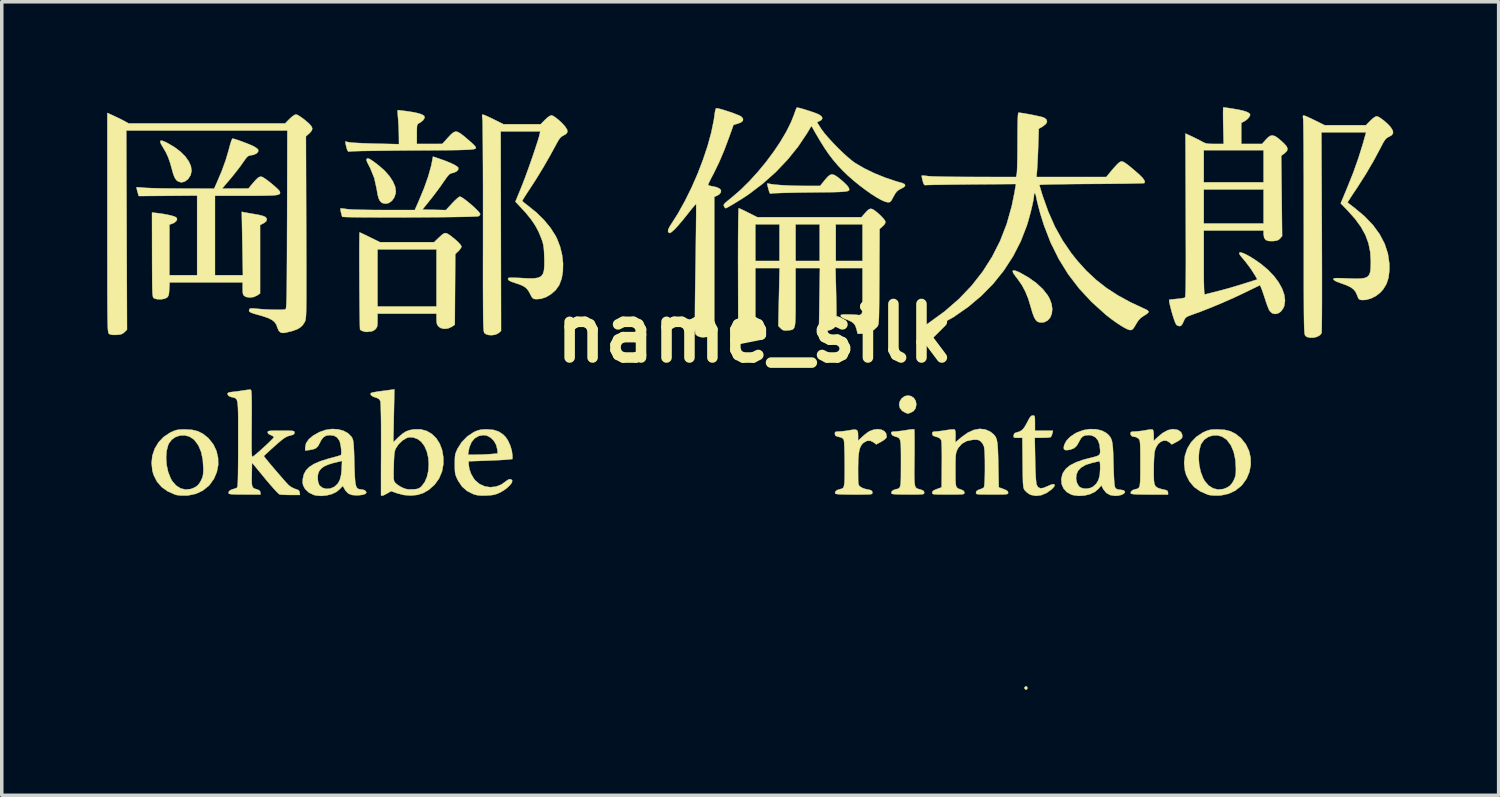
<source format=kicad_pcb>
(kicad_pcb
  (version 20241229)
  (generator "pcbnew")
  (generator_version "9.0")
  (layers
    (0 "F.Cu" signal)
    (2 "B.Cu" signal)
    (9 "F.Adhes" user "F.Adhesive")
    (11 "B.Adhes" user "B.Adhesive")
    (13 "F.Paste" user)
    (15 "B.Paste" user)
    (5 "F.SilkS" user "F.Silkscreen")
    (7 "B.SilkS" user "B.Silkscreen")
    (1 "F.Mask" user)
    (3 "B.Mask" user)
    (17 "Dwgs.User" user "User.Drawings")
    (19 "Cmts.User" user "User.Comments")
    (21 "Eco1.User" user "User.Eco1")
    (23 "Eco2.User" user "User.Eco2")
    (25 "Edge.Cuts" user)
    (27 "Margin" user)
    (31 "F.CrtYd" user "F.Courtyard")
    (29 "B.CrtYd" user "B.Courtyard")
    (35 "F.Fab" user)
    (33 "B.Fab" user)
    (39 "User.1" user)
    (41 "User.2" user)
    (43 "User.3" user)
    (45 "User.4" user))
  (footprint "name_silk"
    (layer "F.Cu")
    (at 18.426 6.437)
    (property "Reference" "name_silk" (at 0 0 0) (layer "F.SilkS") (effects (font (size 1.524 1.524) (thickness 0.3))))
    (attr through_hole)
    (fp_poly (pts (xy 7.751 10.055) (xy 7.758 10.061) (xy 7.772 10.101) (xy 7.753 10.137) (xy 7.729 10.145) (xy 7.697 10.126) (xy 7.69 10.117) (xy 7.687 10.078) (xy 7.714 10.052) (xy 7.751 10.055)) (stroke (width 0.01) (type solid)) (fill yes) (layer "F.SilkS"))
    (fp_poly (pts (xy 4.458 1.788) (xy 4.535 1.84) (xy 4.589 1.922) (xy 4.607 2.021) (xy 4.588 2.132) (xy 4.53 2.212) (xy 4.461 2.252) (xy 4.403 2.275) (xy 4.37 2.286) (xy 4.368 2.286) (xy 4.341 2.277) (xy 4.31 2.267) (xy 4.207 2.212) (xy 4.142 2.131) (xy 4.117 2.036) (xy 4.137 1.936) (xy 4.189 1.855) (xy 4.274 1.791) (xy 4.367 1.771) (xy 4.458 1.788)) (stroke (width 0.01) (type solid)) (fill yes) (layer "F.SilkS"))
    (fp_poly (pts (xy -16.852 -5.479) (xy -16.761 -5.442) (xy -16.715 -5.419) (xy -16.51 -5.298) (xy -16.338 -5.168) (xy -16.201 -5.032) (xy -16.102 -4.893) (xy -16.042 -4.757) (xy -16.024 -4.626) (xy -16.049 -4.503) (xy -16.12 -4.393) (xy -16.132 -4.381) (xy -16.226 -4.314) (xy -16.321 -4.295) (xy -16.411 -4.325) (xy -16.456 -4.361) (xy -16.505 -4.432) (xy -16.549 -4.548) (xy -16.574 -4.64) (xy -16.63 -4.841) (xy -16.687 -5.006) (xy -16.752 -5.149) (xy -16.831 -5.284) (xy -16.834 -5.289) (xy -16.893 -5.389) (xy -16.916 -5.454) (xy -16.903 -5.483) (xy -16.852 -5.479)) (stroke (width 0.01) (type solid)) (fill yes) (layer "F.SilkS"))
    (fp_poly (pts (xy 7.413 -1.786) (xy 7.504 -1.752) (xy 7.557 -1.727) (xy 7.808 -1.584) (xy 8.027 -1.426) (xy 8.208 -1.257) (xy 8.346 -1.082) (xy 8.403 -0.981) (xy 8.457 -0.833) (xy 8.476 -0.69) (xy 8.463 -0.56) (xy 8.419 -0.449) (xy 8.347 -0.366) (xy 8.25 -0.316) (xy 8.167 -0.306) (xy 8.097 -0.316) (xy 8.054 -0.333) (xy 8.006 -0.377) (xy 7.96 -0.458) (xy 7.914 -0.579) (xy 7.867 -0.741) (xy 7.793 -0.985) (xy 7.709 -1.192) (xy 7.609 -1.377) (xy 7.485 -1.554) (xy 7.444 -1.605) (xy 7.376 -1.698) (xy 7.349 -1.759) (xy 7.361 -1.788) (xy 7.413 -1.786)) (stroke (width 0.01) (type solid)) (fill yes) (layer "F.SilkS"))
    (fp_poly (pts (xy -10.976 -4.971) (xy -10.92 -4.941) (xy -10.84 -4.887) (xy -10.73 -4.803) (xy -10.683 -4.766) (xy -10.522 -4.623) (xy -10.39 -4.472) (xy -10.291 -4.321) (xy -10.229 -4.176) (xy -10.208 -4.043) (xy -10.213 -3.984) (xy -10.253 -3.866) (xy -10.318 -3.774) (xy -10.401 -3.712) (xy -10.493 -3.688) (xy -10.585 -3.705) (xy -10.62 -3.725) (xy -10.663 -3.769) (xy -10.697 -3.838) (xy -10.725 -3.942) (xy -10.751 -4.087) (xy -10.755 -4.113) (xy -10.822 -4.418) (xy -10.938 -4.704) (xy -10.976 -4.776) (xy -11.024 -4.871) (xy -11.045 -4.932) (xy -11.038 -4.964) (xy -11.038 -4.965) (xy -11.013 -4.977) (xy -10.976 -4.971)) (stroke (width 0.01) (type solid)) (fill yes) (layer "F.SilkS"))
    (fp_poly (pts (xy 2.276 -4.505) (xy 2.361 -4.451) (xy 2.461 -4.371) (xy 2.546 -4.297) (xy 2.617 -4.228) (xy 2.664 -4.174) (xy 2.674 -4.157) (xy 2.689 -4.125) (xy 2.697 -4.098) (xy 2.696 -4.077) (xy 2.68 -4.059) (xy 2.646 -4.046) (xy 2.589 -4.036) (xy 2.506 -4.028) (xy 2.392 -4.022) (xy 2.242 -4.018) (xy 2.053 -4.015) (xy 1.821 -4.013) (xy 1.61 -4.01) (xy 1.38 -4.008) (xy 1.165 -4.004) (xy 0.97 -4) (xy 0.8 -3.996) (xy 0.662 -3.991) (xy 0.561 -3.987) (xy 0.502 -3.982) (xy 0.491 -3.98) (xy 0.455 -3.974) (xy 0.432 -3.994) (xy 0.413 -4.051) (xy 0.407 -4.072) (xy 0.386 -4.151) (xy 0.369 -4.215) (xy 0.365 -4.229) (xy 0.363 -4.263) (xy 0.396 -4.262) (xy 0.4 -4.261) (xy 0.473 -4.246) (xy 0.589 -4.231) (xy 0.738 -4.219) (xy 0.913 -4.209) (xy 1.104 -4.201) (xy 1.302 -4.197) (xy 1.411 -4.196) (xy 1.869 -4.196) (xy 2.002 -4.361) (xy 2.081 -4.452) (xy 2.146 -4.506) (xy 2.207 -4.524) (xy 2.276 -4.505)) (stroke (width 0.01) (type solid)) (fill yes) (layer "F.SilkS"))
    (fp_poly (pts (xy 7.952 2.341) (xy 7.97 2.355) (xy 7.98 2.39) (xy 7.983 2.456) (xy 7.984 2.555) (xy 7.984 2.771) (xy 8.496 2.771) (xy 8.478 2.854) (xy 8.458 2.916) (xy 8.433 2.954) (xy 8.432 2.955) (xy 8.394 2.964) (xy 8.32 2.971) (xy 8.223 2.974) (xy 8.191 2.974) (xy 7.978 2.975) (xy 7.99 3.604) (xy 7.995 3.832) (xy 8.003 4.02) (xy 8.012 4.166) (xy 8.022 4.265) (xy 8.032 4.314) (xy 8.075 4.383) (xy 8.138 4.412) (xy 8.225 4.402) (xy 8.339 4.354) (xy 8.442 4.309) (xy 8.512 4.295) (xy 8.545 4.31) (xy 8.538 4.35) (xy 8.489 4.412) (xy 8.449 4.45) (xy 8.308 4.549) (xy 8.159 4.609) (xy 8.011 4.627) (xy 7.873 4.601) (xy 7.833 4.583) (xy 7.758 4.533) (xy 7.696 4.471) (xy 7.693 4.467) (xy 7.677 4.443) (xy 7.665 4.415) (xy 7.656 4.377) (xy 7.649 4.323) (xy 7.643 4.246) (xy 7.64 4.141) (xy 7.637 4.001) (xy 7.634 3.819) (xy 7.633 3.685) (xy 7.625 2.975) (xy 7.497 2.975) (xy 7.422 2.973) (xy 7.386 2.964) (xy 7.376 2.939) (xy 7.378 2.906) (xy 7.395 2.853) (xy 7.442 2.826) (xy 7.468 2.82) (xy 7.552 2.795) (xy 7.62 2.751) (xy 7.681 2.679) (xy 7.745 2.57) (xy 7.764 2.533) (xy 7.815 2.436) (xy 7.854 2.377) (xy 7.887 2.347) (xy 7.922 2.339) (xy 7.923 2.339) (xy 7.952 2.341)) (stroke (width 0.01) (type solid)) (fill yes) (layer "F.SilkS"))
    (fp_poly (pts (xy -16.01 2.748) (xy -15.845 2.788) (xy -15.7 2.86) (xy -15.564 2.968) (xy -15.533 2.998) (xy -15.403 3.162) (xy -15.315 3.347) (xy -15.269 3.545) (xy -15.265 3.748) (xy -15.304 3.948) (xy -15.384 4.138) (xy -15.506 4.31) (xy -15.539 4.345) (xy -15.705 4.478) (xy -15.897 4.568) (xy -16.111 4.614) (xy -16.182 4.619) (xy -16.315 4.619) (xy -16.429 4.607) (xy -16.488 4.593) (xy -16.701 4.5) (xy -16.875 4.376) (xy -17.009 4.22) (xy -17.102 4.036) (xy -17.138 3.913) (xy -17.161 3.692) (xy -17.145 3.541) (xy -16.747 3.541) (xy -16.733 3.745) (xy -16.69 3.944) (xy -16.621 4.123) (xy -16.571 4.211) (xy -16.462 4.335) (xy -16.334 4.415) (xy -16.194 4.448) (xy -16.047 4.433) (xy -15.941 4.392) (xy -15.86 4.34) (xy -15.799 4.27) (xy -15.758 4.199) (xy -15.721 4.12) (xy -15.7 4.047) (xy -15.69 3.962) (xy -15.687 3.85) (xy -15.704 3.597) (xy -15.751 3.376) (xy -15.829 3.191) (xy -15.937 3.045) (xy -15.966 3.017) (xy -16.085 2.94) (xy -16.217 2.905) (xy -16.352 2.91) (xy -16.479 2.952) (xy -16.589 3.029) (xy -16.671 3.139) (xy -16.687 3.174) (xy -16.733 3.346) (xy -16.747 3.541) (xy -17.145 3.541) (xy -17.138 3.479) (xy -17.07 3.28) (xy -16.962 3.101) (xy -16.815 2.948) (xy -16.634 2.828) (xy -16.603 2.813) (xy -16.514 2.774) (xy -16.439 2.751) (xy -16.359 2.739) (xy -16.253 2.736) (xy -16.209 2.736) (xy -16.01 2.748)) (stroke (width 0.01) (type solid)) (fill yes) (layer "F.SilkS"))
    (fp_poly (pts (xy 13.382 2.748) (xy 13.547 2.788) (xy 13.691 2.86) (xy 13.828 2.968) (xy 13.859 2.998) (xy 13.989 3.162) (xy 14.077 3.347) (xy 14.123 3.545) (xy 14.126 3.748) (xy 14.088 3.948) (xy 14.008 4.138) (xy 13.886 4.31) (xy 13.853 4.345) (xy 13.687 4.478) (xy 13.495 4.568) (xy 13.281 4.614) (xy 13.21 4.619) (xy 13.077 4.619) (xy 12.963 4.607) (xy 12.903 4.593) (xy 12.69 4.5) (xy 12.516 4.376) (xy 12.383 4.22) (xy 12.29 4.036) (xy 12.254 3.913) (xy 12.23 3.692) (xy 12.247 3.541) (xy 12.644 3.541) (xy 12.659 3.745) (xy 12.702 3.944) (xy 12.771 4.123) (xy 12.821 4.211) (xy 12.93 4.335) (xy 13.058 4.415) (xy 13.198 4.448) (xy 13.345 4.433) (xy 13.45 4.392) (xy 13.531 4.34) (xy 13.593 4.27) (xy 13.634 4.199) (xy 13.671 4.12) (xy 13.692 4.047) (xy 13.702 3.962) (xy 13.704 3.85) (xy 13.688 3.597) (xy 13.641 3.376) (xy 13.563 3.191) (xy 13.455 3.045) (xy 13.426 3.017) (xy 13.307 2.94) (xy 13.175 2.905) (xy 13.04 2.91) (xy 12.913 2.952) (xy 12.803 3.029) (xy 12.721 3.139) (xy 12.704 3.174) (xy 12.659 3.346) (xy 12.644 3.541) (xy 12.247 3.541) (xy 12.254 3.479) (xy 12.321 3.28) (xy 12.43 3.101) (xy 12.577 2.948) (xy 12.758 2.828) (xy 12.789 2.813) (xy 12.877 2.774) (xy 12.952 2.751) (xy 13.033 2.739) (xy 13.139 2.736) (xy 13.183 2.736) (xy 13.382 2.748)) (stroke (width 0.01) (type solid)) (fill yes) (layer "F.SilkS"))
    (fp_poly (pts (xy 4.548 2.734) (xy 4.551 2.762) (xy 4.554 2.835) (xy 4.555 2.946) (xy 4.556 3.09) (xy 4.556 3.259) (xy 4.555 3.449) (xy 4.554 3.556) (xy 4.552 3.784) (xy 4.55 3.968) (xy 4.551 4.11) (xy 4.554 4.219) (xy 4.562 4.297) (xy 4.574 4.352) (xy 4.592 4.388) (xy 4.617 4.411) (xy 4.65 4.426) (xy 4.693 4.438) (xy 4.723 4.446) (xy 4.793 4.472) (xy 4.825 4.503) (xy 4.831 4.533) (xy 4.83 4.553) (xy 4.821 4.568) (xy 4.799 4.578) (xy 4.755 4.584) (xy 4.684 4.587) (xy 4.578 4.589) (xy 4.43 4.589) (xy 4.37 4.589) (xy 4.195 4.588) (xy 4.066 4.585) (xy 3.977 4.58) (xy 3.923 4.572) (xy 3.899 4.56) (xy 3.897 4.557) (xy 3.902 4.508) (xy 3.948 4.466) (xy 4.022 4.44) (xy 4.065 4.431) (xy 4.099 4.419) (xy 4.125 4.399) (xy 4.143 4.365) (xy 4.156 4.311) (xy 4.164 4.231) (xy 4.168 4.12) (xy 4.169 3.972) (xy 4.17 3.781) (xy 4.17 3.699) (xy 4.17 3.491) (xy 4.169 3.327) (xy 4.166 3.202) (xy 4.159 3.111) (xy 4.147 3.046) (xy 4.129 3.003) (xy 4.103 2.976) (xy 4.069 2.958) (xy 4.024 2.944) (xy 3.995 2.936) (xy 3.924 2.904) (xy 3.895 2.858) (xy 3.895 2.853) (xy 3.895 2.817) (xy 3.92 2.801) (xy 3.982 2.797) (xy 3.987 2.797) (xy 4.059 2.792) (xy 4.162 2.78) (xy 4.276 2.764) (xy 4.31 2.758) (xy 4.411 2.742) (xy 4.491 2.733) (xy 4.54 2.732) (xy 4.548 2.734)) (stroke (width 0.01) (type solid)) (fill yes) (layer "F.SilkS"))
    (fp_poly (pts (xy -11.214 -2.862) (xy -11.152 -2.834) (xy -11.062 -2.791) (xy -10.955 -2.738) (xy -10.945 -2.733) (xy -10.66 -2.593) (xy -9.12 -2.593) (xy -8.973 -2.733) (xy -8.892 -2.807) (xy -8.832 -2.847) (xy -8.78 -2.852) (xy -8.719 -2.825) (xy -8.637 -2.767) (xy -8.632 -2.763) (xy -8.523 -2.675) (xy -8.433 -2.593) (xy -8.37 -2.524) (xy -8.341 -2.474) (xy -8.34 -2.466) (xy -8.357 -2.425) (xy -8.4 -2.368) (xy -8.428 -2.339) (xy -8.517 -2.253) (xy -8.53 -0.244) (xy -8.617 -0.185) (xy -8.722 -0.138) (xy -8.832 -0.126) (xy -8.932 -0.15) (xy -8.989 -0.19) (xy -9.025 -0.235) (xy -9.044 -0.288) (xy -9.051 -0.368) (xy -9.051 -0.406) (xy -9.051 -0.559) (xy -10.73 -0.559) (xy -10.73 -0.368) (xy -10.731 -0.265) (xy -10.74 -0.199) (xy -10.758 -0.155) (xy -10.789 -0.116) (xy -10.792 -0.113) (xy -10.853 -0.07) (xy -10.915 -0.051) (xy -10.917 -0.051) (xy -10.98 -0.047) (xy -11.013 -0.04) (xy -11.06 -0.04) (xy -11.126 -0.053) (xy -11.129 -0.054) (xy -11.189 -0.077) (xy -11.225 -0.102) (xy -11.226 -0.103) (xy -11.229 -0.132) (xy -11.232 -0.206) (xy -11.234 -0.318) (xy -11.237 -0.464) (xy -11.239 -0.638) (xy -11.241 -0.835) (xy -11.243 -1.047) (xy -11.245 -1.271) (xy -11.246 -1.5) (xy -11.247 -1.729) (xy -11.248 -1.952) (xy -11.248 -2.163) (xy -11.248 -2.357) (xy -11.248 -2.39) (xy -10.73 -2.39) (xy -10.73 -0.763) (xy -9.051 -0.763) (xy -9.051 -2.39) (xy -10.73 -2.39) (xy -11.248 -2.39) (xy -11.247 -2.528) (xy -11.246 -2.671) (xy -11.245 -2.78) (xy -11.242 -2.849) (xy -11.24 -2.873) (xy -11.214 -2.862)) (stroke (width 0.01) (type solid)) (fill yes) (layer "F.SilkS"))
    (fp_poly (pts (xy -10.132 -6.35) (xy -10.066 -6.343) (xy -9.97 -6.331) (xy -9.864 -6.317) (xy -9.682 -6.288) (xy -9.548 -6.257) (xy -9.456 -6.224) (xy -9.404 -6.187) (xy -9.391 -6.166) (xy -9.397 -6.115) (xy -9.44 -6.056) (xy -9.513 -6) (xy -9.541 -5.984) (xy -9.571 -5.967) (xy -9.591 -5.946) (xy -9.603 -5.912) (xy -9.609 -5.854) (xy -9.611 -5.763) (xy -9.611 -5.669) (xy -9.611 -5.39) (xy -8.886 -5.391) (xy -8.726 -5.568) (xy -8.641 -5.658) (xy -8.574 -5.716) (xy -8.513 -5.741) (xy -8.45 -5.733) (xy -8.374 -5.691) (xy -8.276 -5.616) (xy -8.2 -5.553) (xy -8.108 -5.473) (xy -8.029 -5.403) (xy -7.974 -5.35) (xy -7.95 -5.322) (xy -7.938 -5.302) (xy -7.931 -5.284) (xy -7.932 -5.269) (xy -7.944 -5.257) (xy -7.971 -5.246) (xy -8.015 -5.237) (xy -8.081 -5.23) (xy -8.171 -5.224) (xy -8.289 -5.22) (xy -8.439 -5.216) (xy -8.623 -5.213) (xy -8.845 -5.211) (xy -9.109 -5.209) (xy -9.417 -5.207) (xy -9.705 -5.206) (xy -10 -5.204) (xy -10.281 -5.201) (xy -10.543 -5.198) (xy -10.784 -5.195) (xy -10.997 -5.192) (xy -11.179 -5.189) (xy -11.326 -5.185) (xy -11.433 -5.181) (xy -11.496 -5.178) (xy -11.511 -5.176) (xy -11.557 -5.17) (xy -11.585 -5.202) (xy -11.592 -5.219) (xy -11.614 -5.29) (xy -11.633 -5.372) (xy -11.633 -5.372) (xy -11.649 -5.46) (xy -11.539 -5.437) (xy -11.484 -5.43) (xy -11.385 -5.422) (xy -11.253 -5.415) (xy -11.095 -5.408) (xy -10.919 -5.402) (xy -10.774 -5.398) (xy -10.119 -5.383) (xy -10.121 -5.609) (xy -10.124 -5.743) (xy -10.13 -5.899) (xy -10.14 -6.049) (xy -10.143 -6.089) (xy -10.151 -6.197) (xy -10.157 -6.283) (xy -10.159 -6.338) (xy -10.158 -6.35) (xy -10.132 -6.35)) (stroke (width 0.01) (type solid)) (fill yes) (layer "F.SilkS"))
    (fp_poly (pts (xy -8.943 -4.96) (xy -8.779 -4.901) (xy -8.64 -4.843) (xy -8.53 -4.789) (xy -8.458 -4.743) (xy -8.43 -4.712) (xy -8.434 -4.658) (xy -8.478 -4.609) (xy -8.554 -4.573) (xy -8.593 -4.564) (xy -8.637 -4.553) (xy -8.675 -4.533) (xy -8.715 -4.495) (xy -8.765 -4.432) (xy -8.832 -4.336) (xy -8.856 -4.302) (xy -8.941 -4.179) (xy -9.046 -4.037) (xy -9.154 -3.894) (xy -9.238 -3.788) (xy -9.453 -3.521) (xy -9.119 -3.514) (xy -8.784 -3.507) (xy -8.607 -3.699) (xy -8.528 -3.78) (xy -8.458 -3.843) (xy -8.406 -3.883) (xy -8.385 -3.891) (xy -8.341 -3.874) (xy -8.272 -3.829) (xy -8.186 -3.765) (xy -8.092 -3.687) (xy -7.998 -3.605) (xy -7.915 -3.526) (xy -7.849 -3.458) (xy -7.812 -3.407) (xy -7.806 -3.39) (xy -7.826 -3.353) (xy -7.853 -3.333) (xy -7.886 -3.328) (xy -7.965 -3.324) (xy -8.084 -3.319) (xy -8.239 -3.315) (xy -8.426 -3.312) (xy -8.638 -3.309) (xy -8.872 -3.306) (xy -9.123 -3.304) (xy -9.386 -3.302) (xy -9.656 -3.3) (xy -9.928 -3.299) (xy -10.198 -3.298) (xy -10.461 -3.298) (xy -10.712 -3.299) (xy -10.946 -3.3) (xy -11.159 -3.301) (xy -11.346 -3.303) (xy -11.501 -3.306) (xy -11.621 -3.309) (xy -11.701 -3.313) (xy -11.735 -3.317) (xy -11.736 -3.318) (xy -11.759 -3.399) (xy -11.777 -3.476) (xy -11.786 -3.533) (xy -11.785 -3.555) (xy -11.757 -3.556) (xy -11.693 -3.549) (xy -11.612 -3.537) (xy -11.54 -3.529) (xy -11.421 -3.522) (xy -11.262 -3.517) (xy -11.067 -3.513) (xy -10.841 -3.51) (xy -10.59 -3.509) (xy -10.559 -3.509) (xy -9.669 -3.509) (xy -9.561 -3.754) (xy -9.405 -4.13) (xy -9.285 -4.469) (xy -9.201 -4.773) (xy -9.168 -4.937) (xy -9.152 -5.03) (xy -8.943 -4.96)) (stroke (width 0.01) (type solid)) (fill yes) (layer "F.SilkS"))
    (fp_poly (pts (xy 12.032 2.745) (xy 12.059 2.755) (xy 12.14 2.811) (xy 12.177 2.892) (xy 12.175 2.966) (xy 12.148 3.003) (xy 12.088 3.05) (xy 12.021 3.089) (xy 11.877 3.164) (xy 11.816 3.108) (xy 11.734 3.059) (xy 11.645 3.055) (xy 11.559 3.091) (xy 11.482 3.162) (xy 11.422 3.265) (xy 11.393 3.357) (xy 11.383 3.427) (xy 11.375 3.536) (xy 11.369 3.671) (xy 11.366 3.82) (xy 11.365 3.9) (xy 11.366 4.068) (xy 11.37 4.193) (xy 11.383 4.283) (xy 11.409 4.344) (xy 11.453 4.386) (xy 11.52 4.416) (xy 11.613 4.441) (xy 11.702 4.46) (xy 11.756 4.486) (xy 11.772 4.533) (xy 11.772 4.59) (xy 11.248 4.59) (xy 11.06 4.589) (xy 10.919 4.586) (xy 10.818 4.582) (xy 10.753 4.574) (xy 10.719 4.565) (xy 10.711 4.557) (xy 10.716 4.508) (xy 10.762 4.466) (xy 10.836 4.44) (xy 10.879 4.431) (xy 10.913 4.419) (xy 10.939 4.399) (xy 10.958 4.364) (xy 10.97 4.31) (xy 10.978 4.229) (xy 10.982 4.117) (xy 10.984 3.967) (xy 10.984 3.774) (xy 10.984 3.709) (xy 10.984 3.509) (xy 10.983 3.353) (xy 10.981 3.235) (xy 10.977 3.15) (xy 10.972 3.091) (xy 10.964 3.051) (xy 10.953 3.025) (xy 10.938 3.006) (xy 10.933 3) (xy 10.878 2.962) (xy 10.833 2.949) (xy 10.751 2.935) (xy 10.71 2.892) (xy 10.704 2.858) (xy 10.709 2.821) (xy 10.733 2.803) (xy 10.788 2.796) (xy 10.825 2.796) (xy 10.915 2.79) (xy 11.028 2.777) (xy 11.123 2.761) (xy 11.215 2.745) (xy 11.29 2.737) (xy 11.332 2.739) (xy 11.333 2.739) (xy 11.354 2.774) (xy 11.364 2.857) (xy 11.365 2.906) (xy 11.365 3.061) (xy 11.461 2.97) (xy 11.617 2.839) (xy 11.763 2.759) (xy 11.901 2.727) (xy 12.032 2.745)) (stroke (width 0.01) (type solid)) (fill yes) (layer "F.SilkS"))
    (fp_poly (pts (xy -7.432 2.749) (xy -7.282 2.797) (xy -7.155 2.881) (xy -7.08 2.957) (xy -7.011 3.063) (xy -6.95 3.199) (xy -6.908 3.343) (xy -6.89 3.475) (xy -6.89 3.483) (xy -6.89 3.579) (xy -7.024 3.594) (xy -7.092 3.6) (xy -7.2 3.606) (xy -7.337 3.613) (xy -7.493 3.62) (xy -7.647 3.626) (xy -8.136 3.643) (xy -8.136 3.725) (xy -8.117 3.859) (xy -8.067 4.001) (xy -7.992 4.132) (xy -7.954 4.181) (xy -7.827 4.29) (xy -7.679 4.357) (xy -7.52 4.382) (xy -7.358 4.364) (xy -7.202 4.304) (xy -7.064 4.203) (xy -6.999 4.16) (xy -6.942 4.152) (xy -6.903 4.179) (xy -6.895 4.2) (xy -6.908 4.252) (xy -6.957 4.319) (xy -7.032 4.392) (xy -7.125 4.464) (xy -7.227 4.524) (xy -7.236 4.529) (xy -7.326 4.57) (xy -7.406 4.595) (xy -7.496 4.609) (xy -7.614 4.617) (xy -7.634 4.618) (xy -7.766 4.62) (xy -7.866 4.613) (xy -7.951 4.595) (xy -8.006 4.577) (xy -8.181 4.489) (xy -8.323 4.364) (xy -8.434 4.2) (xy -8.446 4.176) (xy -8.484 4.097) (xy -8.508 4.033) (xy -8.522 3.968) (xy -8.528 3.886) (xy -8.53 3.775) (xy -8.53 3.725) (xy -8.529 3.598) (xy -8.525 3.508) (xy -8.517 3.458) (xy -8.154 3.458) (xy -7.897 3.455) (xy -7.764 3.452) (xy -7.629 3.446) (xy -7.513 3.439) (xy -7.475 3.436) (xy -7.31 3.42) (xy -7.318 3.318) (xy -7.35 3.182) (xy -7.416 3.063) (xy -7.508 2.971) (xy -7.617 2.913) (xy -7.71 2.898) (xy -7.847 2.922) (xy -7.963 2.989) (xy -8.053 3.096) (xy -8.114 3.24) (xy -8.134 3.329) (xy -8.154 3.458) (xy -8.517 3.458) (xy -8.514 3.439) (xy -8.493 3.376) (xy -8.461 3.304) (xy -8.448 3.277) (xy -8.332 3.096) (xy -8.178 2.939) (xy -7.999 2.819) (xy -7.964 2.801) (xy -7.873 2.764) (xy -7.789 2.743) (xy -7.689 2.735) (xy -7.615 2.734) (xy -7.432 2.749)) (stroke (width 0.01) (type solid)) (fill yes) (layer "F.SilkS"))
    (fp_poly (pts (xy -1.031 -6.399) (xy -0.941 -6.376) (xy -0.83 -6.342) (xy -0.709 -6.303) (xy -0.59 -6.261) (xy -0.486 -6.22) (xy -0.407 -6.186) (xy -0.368 -6.162) (xy -0.325 -6.102) (xy -0.332 -6.048) (xy -0.388 -6.001) (xy -0.477 -5.967) (xy -0.597 -5.932) (xy -0.714 -5.604) (xy -0.858 -5.218) (xy -1.005 -4.872) (xy -1.159 -4.555) (xy -1.184 -4.508) (xy -1.239 -4.403) (xy -1.283 -4.314) (xy -1.312 -4.252) (xy -1.322 -4.225) (xy -1.299 -4.208) (xy -1.242 -4.192) (xy -1.211 -4.187) (xy -1.092 -4.162) (xy -1.005 -4.125) (xy -0.958 -4.081) (xy -0.955 -4.075) (xy -0.956 -4.015) (xy -1 -3.956) (xy -1.067 -3.916) (xy -1.144 -3.884) (xy -1.144 -0.047) (xy -1.218 0.027) (xy -1.276 0.075) (xy -1.329 0.101) (xy -1.339 0.102) (xy -1.405 0.108) (xy -1.437 0.113) (xy -1.496 0.113) (xy -1.569 0.099) (xy -1.569 0.099) (xy -1.635 0.067) (xy -1.679 0.023) (xy -1.68 0.023) (xy -1.685 -0.004) (xy -1.69 -0.061) (xy -1.693 -0.151) (xy -1.694 -0.277) (xy -1.695 -0.44) (xy -1.694 -0.644) (xy -1.692 -0.889) (xy -1.689 -1.179) (xy -1.684 -1.515) (xy -1.679 -1.849) (xy -1.674 -2.148) (xy -1.67 -2.432) (xy -1.667 -2.697) (xy -1.664 -2.939) (xy -1.662 -3.154) (xy -1.66 -3.338) (xy -1.659 -3.486) (xy -1.659 -3.595) (xy -1.66 -3.66) (xy -1.661 -3.678) (xy -1.68 -3.664) (xy -1.724 -3.616) (xy -1.786 -3.542) (xy -1.861 -3.448) (xy -1.877 -3.427) (xy -2.037 -3.228) (xy -2.17 -3.071) (xy -2.277 -2.956) (xy -2.357 -2.884) (xy -2.41 -2.855) (xy -2.424 -2.855) (xy -2.46 -2.889) (xy -2.457 -2.948) (xy -2.415 -3.036) (xy -2.389 -3.076) (xy -2.177 -3.41) (xy -1.976 -3.773) (xy -1.787 -4.155) (xy -1.615 -4.549) (xy -1.463 -4.946) (xy -1.333 -5.336) (xy -1.23 -5.713) (xy -1.157 -6.066) (xy -1.13 -6.261) (xy -1.117 -6.339) (xy -1.1 -6.393) (xy -1.087 -6.407) (xy -1.031 -6.399)) (stroke (width 0.01) (type solid)) (fill yes) (layer "F.SilkS"))
    (fp_poly (pts (xy 3.615 2.744) (xy 3.697 2.786) (xy 3.748 2.853) (xy 3.762 2.94) (xy 3.759 2.964) (xy 3.733 2.999) (xy 3.675 3.045) (xy 3.608 3.086) (xy 3.466 3.163) (xy 3.395 3.107) (xy 3.3 3.059) (xy 3.203 3.061) (xy 3.107 3.114) (xy 3.104 3.117) (xy 3.053 3.169) (xy 3.014 3.235) (xy 2.986 3.321) (xy 2.967 3.434) (xy 2.955 3.581) (xy 2.95 3.768) (xy 2.949 3.88) (xy 2.95 4.039) (xy 2.951 4.155) (xy 2.954 4.236) (xy 2.96 4.289) (xy 2.971 4.323) (xy 2.987 4.346) (xy 3.008 4.365) (xy 3.013 4.368) (xy 3.082 4.407) (xy 3.165 4.434) (xy 3.172 4.435) (xy 3.267 4.454) (xy 3.323 4.473) (xy 3.349 4.497) (xy 3.356 4.532) (xy 3.356 4.534) (xy 3.355 4.553) (xy 3.347 4.567) (xy 3.327 4.577) (xy 3.287 4.584) (xy 3.221 4.588) (xy 3.123 4.589) (xy 2.985 4.59) (xy 2.832 4.59) (xy 2.644 4.589) (xy 2.503 4.586) (xy 2.402 4.582) (xy 2.337 4.574) (xy 2.303 4.565) (xy 2.295 4.557) (xy 2.3 4.508) (xy 2.346 4.466) (xy 2.42 4.44) (xy 2.464 4.43) (xy 2.499 4.418) (xy 2.525 4.397) (xy 2.543 4.362) (xy 2.555 4.305) (xy 2.563 4.223) (xy 2.567 4.107) (xy 2.568 3.954) (xy 2.568 3.755) (xy 2.568 3.736) (xy 2.567 3.559) (xy 2.564 3.395) (xy 2.56 3.254) (xy 2.555 3.142) (xy 2.549 3.068) (xy 2.544 3.042) (xy 2.525 3.004) (xy 2.494 2.978) (xy 2.439 2.958) (xy 2.358 2.939) (xy 2.305 2.914) (xy 2.288 2.866) (xy 2.288 2.86) (xy 2.293 2.822) (xy 2.315 2.803) (xy 2.369 2.797) (xy 2.409 2.796) (xy 2.499 2.79) (xy 2.612 2.776) (xy 2.708 2.76) (xy 2.819 2.742) (xy 2.889 2.744) (xy 2.929 2.771) (xy 2.946 2.83) (xy 2.949 2.918) (xy 2.949 3.058) (xy 3.072 2.943) (xy 3.15 2.875) (xy 3.226 2.818) (xy 3.273 2.788) (xy 3.395 2.742) (xy 3.512 2.728) (xy 3.615 2.744)) (stroke (width 0.01) (type solid)) (fill yes) (layer "F.SilkS"))
    (fp_poly (pts (xy 1.233 -6.423) (xy 1.298 -6.408) (xy 1.39 -6.383) (xy 1.496 -6.35) (xy 1.606 -6.314) (xy 1.709 -6.279) (xy 1.793 -6.246) (xy 1.837 -6.226) (xy 1.908 -6.175) (xy 1.932 -6.123) (xy 1.909 -6.075) (xy 1.862 -6.046) (xy 1.81 -6.023) (xy 1.784 -6.01) (xy 1.793 -5.988) (xy 1.826 -5.934) (xy 1.875 -5.856) (xy 1.909 -5.805) (xy 1.992 -5.694) (xy 2.106 -5.561) (xy 2.239 -5.416) (xy 2.384 -5.268) (xy 2.53 -5.126) (xy 2.67 -5) (xy 2.794 -4.899) (xy 2.863 -4.849) (xy 3.115 -4.7) (xy 3.404 -4.559) (xy 3.716 -4.432) (xy 4.038 -4.324) (xy 4.195 -4.28) (xy 4.268 -4.25) (xy 4.291 -4.212) (xy 4.265 -4.169) (xy 4.19 -4.125) (xy 4.113 -4.085) (xy 4.055 -4.04) (xy 4.005 -3.975) (xy 3.95 -3.878) (xy 3.939 -3.855) (xy 3.898 -3.781) (xy 3.865 -3.742) (xy 3.827 -3.729) (xy 3.791 -3.729) (xy 3.711 -3.749) (xy 3.6 -3.799) (xy 3.465 -3.876) (xy 3.312 -3.974) (xy 3.149 -4.09) (xy 2.98 -4.218) (xy 2.814 -4.354) (xy 2.655 -4.494) (xy 2.517 -4.627) (xy 2.375 -4.777) (xy 2.245 -4.929) (xy 2.121 -5.091) (xy 1.997 -5.271) (xy 1.867 -5.479) (xy 1.724 -5.723) (xy 1.692 -5.78) (xy 1.622 -5.904) (xy 1.495 -5.692) (xy 1.241 -5.313) (xy 0.943 -4.944) (xy 0.608 -4.592) (xy 0.241 -4.264) (xy -0.15 -3.967) (xy -0.178 -3.948) (xy -0.277 -3.881) (xy -0.388 -3.81) (xy -0.503 -3.739) (xy -0.612 -3.672) (xy -0.707 -3.617) (xy -0.778 -3.578) (xy -0.818 -3.56) (xy -0.821 -3.56) (xy -0.845 -3.579) (xy -0.862 -3.605) (xy -0.874 -3.632) (xy -0.874 -3.657) (xy -0.856 -3.687) (xy -0.814 -3.728) (xy -0.744 -3.787) (xy -0.648 -3.864) (xy -0.398 -4.08) (xy -0.148 -4.326) (xy 0.096 -4.594) (xy 0.329 -4.876) (xy 0.546 -5.167) (xy 0.741 -5.458) (xy 0.908 -5.741) (xy 1.042 -6.011) (xy 1.121 -6.209) (xy 1.154 -6.303) (xy 1.182 -6.377) (xy 1.201 -6.419) (xy 1.204 -6.424) (xy 1.233 -6.423)) (stroke (width 0.01) (type solid)) (fill yes) (layer "F.SilkS"))
    (fp_poly (pts (xy -10.28 3.1) (xy -10.135 2.959) (xy -10.026 2.863) (xy -9.93 2.799) (xy -9.828 2.759) (xy -9.702 2.735) (xy -9.683 2.733) (xy -9.5 2.734) (xy -9.332 2.779) (xy -9.184 2.865) (xy -9.058 2.988) (xy -8.959 3.143) (xy -8.891 3.325) (xy -8.856 3.532) (xy -8.855 3.719) (xy -8.895 3.936) (xy -8.979 4.135) (xy -9.105 4.309) (xy -9.268 4.454) (xy -9.427 4.547) (xy -9.593 4.6) (xy -9.783 4.619) (xy -9.981 4.603) (xy -10.174 4.554) (xy -10.174 4.554) (xy -10.343 4.493) (xy -10.458 4.56) (xy -10.55 4.609) (xy -10.606 4.626) (xy -10.629 4.613) (xy -10.63 4.608) (xy -10.63 4.58) (xy -10.63 4.506) (xy -10.63 4.39) (xy -10.63 4.238) (xy -10.63 4.055) (xy -10.63 4.05) (xy -10.272 4.05) (xy -10.27 4.128) (xy -10.264 4.18) (xy -10.253 4.215) (xy -10.237 4.242) (xy -10.217 4.264) (xy -10.159 4.313) (xy -10.077 4.366) (xy -10.03 4.39) (xy -9.943 4.426) (xy -9.86 4.443) (xy -9.757 4.444) (xy -9.732 4.443) (xy -9.634 4.436) (xy -9.569 4.42) (xy -9.518 4.391) (xy -9.481 4.36) (xy -9.388 4.24) (xy -9.322 4.087) (xy -9.283 3.913) (xy -9.271 3.728) (xy -9.285 3.541) (xy -9.326 3.365) (xy -9.394 3.209) (xy -9.489 3.084) (xy -9.492 3.081) (xy -9.594 3.008) (xy -9.711 2.966) (xy -9.826 2.959) (xy -9.892 2.976) (xy -10.018 3.05) (xy -10.13 3.158) (xy -10.203 3.265) (xy -10.224 3.31) (xy -10.239 3.36) (xy -10.25 3.424) (xy -10.257 3.511) (xy -10.263 3.63) (xy -10.267 3.784) (xy -10.271 3.938) (xy -10.272 4.05) (xy -10.63 4.05) (xy -10.63 3.845) (xy -10.629 3.614) (xy -10.628 3.366) (xy -10.628 3.293) (xy -10.628 2.954) (xy -10.628 2.663) (xy -10.63 2.419) (xy -10.634 2.222) (xy -10.638 2.074) (xy -10.643 1.976) (xy -10.65 1.928) (xy -10.651 1.926) (xy -10.684 1.875) (xy -10.744 1.84) (xy -10.792 1.826) (xy -10.874 1.794) (xy -10.92 1.755) (xy -10.925 1.714) (xy -10.915 1.701) (xy -10.882 1.688) (xy -10.811 1.674) (xy -10.718 1.659) (xy -10.691 1.655) (xy -10.576 1.64) (xy -10.462 1.625) (xy -10.374 1.613) (xy -10.369 1.612) (xy -10.25 1.595) (xy -10.28 3.1)) (stroke (width 0.01) (type solid)) (fill yes) (layer "F.SilkS"))
    (fp_poly (pts (xy 9.72 2.731) (xy 9.877 2.766) (xy 10.007 2.833) (xy 10.036 2.856) (xy 10.084 2.901) (xy 10.123 2.947) (xy 10.152 2.999) (xy 10.175 3.064) (xy 10.19 3.15) (xy 10.202 3.262) (xy 10.21 3.408) (xy 10.216 3.594) (xy 10.219 3.725) (xy 10.226 3.953) (xy 10.234 4.133) (xy 10.243 4.265) (xy 10.254 4.351) (xy 10.266 4.391) (xy 10.301 4.429) (xy 10.362 4.449) (xy 10.418 4.454) (xy 10.502 4.469) (xy 10.542 4.496) (xy 10.544 4.53) (xy 10.512 4.565) (xy 10.452 4.597) (xy 10.366 4.619) (xy 10.266 4.627) (xy 10.127 4.606) (xy 10.013 4.542) (xy 9.931 4.44) (xy 9.928 4.434) (xy 9.874 4.33) (xy 9.793 4.426) (xy 9.689 4.514) (xy 9.552 4.579) (xy 9.395 4.618) (xy 9.23 4.628) (xy 9.072 4.607) (xy 9.017 4.59) (xy 8.891 4.521) (xy 8.799 4.42) (xy 8.745 4.297) (xy 8.733 4.159) (xy 8.737 4.138) (xy 9.154 4.138) (xy 9.177 4.252) (xy 9.23 4.348) (xy 9.263 4.379) (xy 9.344 4.415) (xy 9.449 4.423) (xy 9.556 4.405) (xy 9.637 4.367) (xy 9.731 4.281) (xy 9.794 4.17) (xy 9.83 4.025) (xy 9.84 3.859) (xy 9.839 3.751) (xy 9.835 3.685) (xy 9.826 3.652) (xy 9.81 3.643) (xy 9.795 3.645) (xy 9.746 3.657) (xy 9.668 3.675) (xy 9.606 3.689) (xy 9.43 3.744) (xy 9.294 3.824) (xy 9.211 3.913) (xy 9.165 4.019) (xy 9.154 4.138) (xy 8.737 4.138) (xy 8.764 4.015) (xy 8.786 3.966) (xy 8.865 3.855) (xy 8.984 3.758) (xy 9.148 3.674) (xy 9.357 3.6) (xy 9.509 3.56) (xy 9.642 3.527) (xy 9.734 3.501) (xy 9.792 3.476) (xy 9.823 3.447) (xy 9.837 3.409) (xy 9.84 3.357) (xy 9.84 3.339) (xy 9.824 3.176) (xy 9.777 3.047) (xy 9.701 2.957) (xy 9.598 2.908) (xy 9.518 2.898) (xy 9.419 2.906) (xy 9.348 2.934) (xy 9.291 2.993) (xy 9.236 3.092) (xy 9.234 3.097) (xy 9.171 3.205) (xy 9.096 3.272) (xy 8.995 3.311) (xy 8.922 3.324) (xy 8.846 3.324) (xy 8.808 3.296) (xy 8.805 3.234) (xy 8.823 3.165) (xy 8.884 3.052) (xy 8.989 2.945) (xy 9.129 2.85) (xy 9.195 2.817) (xy 9.368 2.755) (xy 9.547 2.727) (xy 9.72 2.731)) (stroke (width 0.01) (type solid)) (fill yes) (layer "F.SilkS"))
    (fp_poly (pts (xy -11.857 2.733) (xy -11.703 2.773) (xy -11.573 2.843) (xy -11.474 2.942) (xy -11.449 2.982) (xy -11.434 3.017) (xy -11.423 3.064) (xy -11.414 3.131) (xy -11.406 3.223) (xy -11.4 3.349) (xy -11.394 3.514) (xy -11.39 3.674) (xy -11.384 3.89) (xy -11.377 4.061) (xy -11.368 4.192) (xy -11.355 4.289) (xy -11.338 4.356) (xy -11.314 4.4) (xy -11.283 4.426) (xy -11.242 4.439) (xy -11.193 4.445) (xy -11.108 4.461) (xy -11.062 4.497) (xy -11.059 4.502) (xy -11.048 4.54) (xy -11.072 4.567) (xy -11.104 4.582) (xy -11.168 4.599) (xy -11.26 4.61) (xy -11.332 4.613) (xy -11.462 4.602) (xy -11.56 4.562) (xy -11.635 4.486) (xy -11.666 4.437) (xy -11.696 4.382) (xy -11.715 4.35) (xy -11.715 4.349) (xy -11.734 4.36) (xy -11.773 4.4) (xy -11.799 4.43) (xy -11.895 4.512) (xy -12.026 4.575) (xy -12.178 4.615) (xy -12.337 4.629) (xy -12.489 4.615) (xy -12.539 4.603) (xy -12.68 4.537) (xy -12.786 4.437) (xy -12.815 4.392) (xy -12.849 4.318) (xy -12.862 4.247) (xy -12.857 4.152) (xy -12.857 4.149) (xy -12.855 4.14) (xy -12.433 4.14) (xy -12.418 4.245) (xy -12.385 4.325) (xy -12.381 4.331) (xy -12.298 4.398) (xy -12.193 4.428) (xy -12.078 4.42) (xy -11.967 4.374) (xy -11.942 4.357) (xy -11.858 4.276) (xy -11.801 4.169) (xy -11.766 4.029) (xy -11.751 3.87) (xy -11.74 3.633) (xy -11.813 3.65) (xy -12 3.695) (xy -12.142 3.74) (xy -12.249 3.788) (xy -12.326 3.844) (xy -12.381 3.909) (xy -12.401 3.943) (xy -12.428 4.033) (xy -12.433 4.14) (xy -12.855 4.14) (xy -12.828 4.017) (xy -12.767 3.903) (xy -12.672 3.805) (xy -12.537 3.719) (xy -12.36 3.642) (xy -12.137 3.572) (xy -12.09 3.559) (xy -11.973 3.528) (xy -11.874 3.5) (xy -11.804 3.479) (xy -11.773 3.467) (xy -11.772 3.467) (xy -11.761 3.428) (xy -11.76 3.355) (xy -11.768 3.265) (xy -11.782 3.172) (xy -11.801 3.092) (xy -11.815 3.057) (xy -11.879 2.966) (xy -11.969 2.915) (xy -12.09 2.899) (xy -12.192 2.913) (xy -12.271 2.961) (xy -12.338 3.049) (xy -12.372 3.119) (xy -12.42 3.208) (xy -12.476 3.266) (xy -12.555 3.301) (xy -12.669 3.323) (xy -12.681 3.324) (xy -12.789 3.337) (xy -12.789 3.251) (xy -12.764 3.131) (xy -12.688 3.018) (xy -12.563 2.913) (xy -12.389 2.815) (xy -12.373 2.808) (xy -12.201 2.749) (xy -12.026 2.724) (xy -11.857 2.733)) (stroke (width 0.01) (type solid)) (fill yes) (layer "F.SilkS"))
    (fp_poly (pts (xy -18.23 -6.186) (xy -18.123 -6.136) (xy -18.017 -6.084) (xy -17.934 -6.041) (xy -17.928 -6.037) (xy -17.817 -5.975) (xy -13.359 -5.975) (xy -13.234 -6.102) (xy -13.152 -6.177) (xy -13.084 -6.22) (xy -13.051 -6.229) (xy -13.006 -6.214) (xy -12.934 -6.171) (xy -12.845 -6.108) (xy -12.796 -6.07) (xy -12.686 -5.976) (xy -12.618 -5.901) (xy -12.588 -5.839) (xy -12.596 -5.782) (xy -12.639 -5.723) (xy -12.675 -5.688) (xy -12.768 -5.606) (xy -12.76 -3.013) (xy -12.758 -2.593) (xy -12.757 -2.221) (xy -12.756 -1.894) (xy -12.756 -1.608) (xy -12.756 -1.362) (xy -12.756 -1.151) (xy -12.756 -0.973) (xy -12.758 -0.824) (xy -12.759 -0.702) (xy -12.762 -0.604) (xy -12.765 -0.527) (xy -12.769 -0.467) (xy -12.773 -0.421) (xy -12.779 -0.388) (xy -12.785 -0.362) (xy -12.792 -0.343) (xy -12.8 -0.326) (xy -12.804 -0.318) (xy -12.859 -0.233) (xy -12.931 -0.165) (xy -13.028 -0.11) (xy -13.158 -0.064) (xy -13.328 -0.023) (xy -13.393 -0.01) (xy -13.476 -0.015) (xy -13.539 -0.067) (xy -13.579 -0.159) (xy -13.611 -0.248) (xy -13.66 -0.32) (xy -13.732 -0.379) (xy -13.835 -0.432) (xy -13.977 -0.481) (xy -14.115 -0.521) (xy -14.24 -0.556) (xy -14.323 -0.585) (xy -14.369 -0.61) (xy -14.387 -0.638) (xy -14.383 -0.671) (xy -14.381 -0.676) (xy -14.364 -0.7) (xy -14.328 -0.71) (xy -14.26 -0.708) (xy -14.217 -0.704) (xy -14.078 -0.691) (xy -13.929 -0.681) (xy -13.779 -0.674) (xy -13.637 -0.671) (xy -13.514 -0.67) (xy -13.419 -0.673) (xy -13.36 -0.68) (xy -13.348 -0.684) (xy -13.342 -0.693) (xy -13.336 -0.713) (xy -13.331 -0.746) (xy -13.327 -0.796) (xy -13.323 -0.866) (xy -13.32 -0.957) (xy -13.317 -1.074) (xy -13.314 -1.219) (xy -13.312 -1.394) (xy -13.31 -1.604) (xy -13.309 -1.85) (xy -13.307 -2.135) (xy -13.306 -2.463) (xy -13.305 -2.836) (xy -13.303 -3.241) (xy -13.297 -5.772) (xy -17.881 -5.772) (xy -17.871 -2.937) (xy -17.861 -0.103) (xy -17.931 -0.034) (xy -17.98 0.007) (xy -18.038 0.031) (xy -18.122 0.043) (xy -18.159 0.045) (xy -18.269 0.046) (xy -18.341 0.032) (xy -18.37 0.017) (xy -18.377 0.01) (xy -18.384 0.002) (xy -18.39 -0.013) (xy -18.395 -0.035) (xy -18.4 -0.067) (xy -18.404 -0.113) (xy -18.408 -0.175) (xy -18.411 -0.255) (xy -18.413 -0.357) (xy -18.415 -0.483) (xy -18.417 -0.636) (xy -18.418 -0.817) (xy -18.419 -1.031) (xy -18.42 -1.28) (xy -18.42 -1.566) (xy -18.42 -1.892) (xy -18.421 -2.261) (xy -18.421 -2.675) (xy -18.421 -3.137) (xy -18.421 -6.273) (xy -18.23 -6.186)) (stroke (width 0.01) (type solid)) (fill yes) (layer "F.SilkS"))
    (fp_poly (pts (xy 6.565 2.736) (xy 6.708 2.798) (xy 6.766 2.841) (xy 6.812 2.882) (xy 6.848 2.925) (xy 6.876 2.974) (xy 6.898 3.038) (xy 6.913 3.121) (xy 6.924 3.231) (xy 6.931 3.374) (xy 6.937 3.556) (xy 6.941 3.737) (xy 6.954 4.385) (xy 7.087 4.433) (xy 7.168 4.467) (xy 7.209 4.498) (xy 7.221 4.535) (xy 7.219 4.554) (xy 7.21 4.568) (xy 7.186 4.578) (xy 7.14 4.584) (xy 7.065 4.588) (xy 6.955 4.589) (xy 6.803 4.589) (xy 6.763 4.589) (xy 6.601 4.589) (xy 6.482 4.588) (xy 6.4 4.585) (xy 6.349 4.58) (xy 6.32 4.571) (xy 6.308 4.558) (xy 6.306 4.54) (xy 6.306 4.534) (xy 6.32 4.491) (xy 6.371 4.459) (xy 6.401 4.448) (xy 6.471 4.422) (xy 6.522 4.396) (xy 6.528 4.392) (xy 6.538 4.359) (xy 6.547 4.285) (xy 6.553 4.177) (xy 6.558 4.046) (xy 6.56 3.899) (xy 6.56 3.747) (xy 6.559 3.598) (xy 6.555 3.461) (xy 6.549 3.346) (xy 6.54 3.26) (xy 6.533 3.224) (xy 6.497 3.145) (xy 6.443 3.079) (xy 6.438 3.075) (xy 6.392 3.045) (xy 6.34 3.03) (xy 6.266 3.029) (xy 6.207 3.033) (xy 6.042 3.067) (xy 5.908 3.141) (xy 5.806 3.255) (xy 5.778 3.305) (xy 5.758 3.348) (xy 5.743 3.392) (xy 5.733 3.444) (xy 5.726 3.514) (xy 5.723 3.611) (xy 5.721 3.742) (xy 5.721 3.892) (xy 5.721 4.064) (xy 5.723 4.192) (xy 5.728 4.284) (xy 5.739 4.347) (xy 5.759 4.387) (xy 5.788 4.413) (xy 5.829 4.431) (xy 5.88 4.448) (xy 5.946 4.478) (xy 5.973 4.516) (xy 5.975 4.534) (xy 5.974 4.554) (xy 5.965 4.568) (xy 5.941 4.578) (xy 5.897 4.584) (xy 5.824 4.587) (xy 5.716 4.589) (xy 5.566 4.589) (xy 5.517 4.589) (xy 5.355 4.589) (xy 5.236 4.588) (xy 5.154 4.585) (xy 5.103 4.58) (xy 5.075 4.571) (xy 5.062 4.558) (xy 5.06 4.54) (xy 5.06 4.535) (xy 5.071 4.498) (xy 5.112 4.467) (xy 5.193 4.433) (xy 5.327 4.385) (xy 5.333 3.746) (xy 5.334 3.55) (xy 5.333 3.376) (xy 5.33 3.232) (xy 5.325 3.123) (xy 5.319 3.057) (xy 5.315 3.042) (xy 5.282 2.993) (xy 5.219 2.96) (xy 5.175 2.947) (xy 5.103 2.924) (xy 5.069 2.898) (xy 5.06 2.859) (xy 5.06 2.857) (xy 5.067 2.816) (xy 5.1 2.799) (xy 5.145 2.797) (xy 5.21 2.792) (xy 5.307 2.781) (xy 5.418 2.764) (xy 5.455 2.758) (xy 5.585 2.739) (xy 5.669 2.735) (xy 5.704 2.744) (xy 5.716 2.781) (xy 5.723 2.853) (xy 5.723 2.937) (xy 5.718 3.105) (xy 5.902 2.95) (xy 6.074 2.828) (xy 6.245 2.751) (xy 6.41 2.72) (xy 6.565 2.736)) (stroke (width 0.01) (type solid)) (fill yes) (layer "F.SilkS"))
    (fp_poly (pts (xy -14.814 -5.534) (xy -14.737 -5.51) (xy -14.637 -5.476) (xy -14.527 -5.435) (xy -14.418 -5.393) (xy -14.324 -5.354) (xy -14.26 -5.325) (xy -14.19 -5.283) (xy -14.139 -5.241) (xy -14.126 -5.222) (xy -14.129 -5.167) (xy -14.174 -5.118) (xy -14.254 -5.082) (xy -14.312 -5.07) (xy -14.369 -5.06) (xy -14.412 -5.043) (xy -14.451 -5.01) (xy -14.497 -4.951) (xy -14.561 -4.86) (xy -14.629 -4.763) (xy -14.72 -4.644) (xy -14.821 -4.516) (xy -14.92 -4.395) (xy -14.923 -4.392) (xy -15.154 -4.119) (xy -14.404 -4.122) (xy -14.289 -4.26) (xy -14.201 -4.361) (xy -14.134 -4.425) (xy -14.08 -4.455) (xy -14.033 -4.457) (xy -13.998 -4.444) (xy -13.933 -4.403) (xy -13.85 -4.343) (xy -13.758 -4.271) (xy -13.669 -4.195) (xy -13.591 -4.126) (xy -13.535 -4.069) (xy -13.511 -4.036) (xy -13.504 -4.006) (xy -13.506 -3.981) (xy -13.522 -3.961) (xy -13.556 -3.946) (xy -13.613 -3.934) (xy -13.697 -3.926) (xy -13.813 -3.921) (xy -13.965 -3.918) (xy -14.157 -3.916) (xy -14.395 -3.916) (xy -14.472 -3.916) (xy -15.357 -3.916) (xy -15.357 -1.653) (xy -14.561 -1.653) (xy -14.594 -3.459) (xy -14.537 -3.446) (xy -14.487 -3.437) (xy -14.402 -3.422) (xy -14.296 -3.404) (xy -14.247 -3.395) (xy -14.099 -3.368) (xy -13.995 -3.342) (xy -13.929 -3.315) (xy -13.894 -3.282) (xy -13.882 -3.242) (xy -13.882 -3.238) (xy -13.9 -3.187) (xy -13.958 -3.141) (xy -13.978 -3.13) (xy -14.073 -3.081) (xy -14.073 -1.134) (xy -14.159 -1.075) (xy -14.258 -1.032) (xy -14.367 -1.017) (xy -14.468 -1.034) (xy -14.512 -1.057) (xy -14.543 -1.084) (xy -14.56 -1.124) (xy -14.567 -1.188) (xy -14.569 -1.273) (xy -14.569 -1.449) (xy -16.648 -1.449) (xy -16.658 -1.256) (xy -16.665 -1.152) (xy -16.677 -1.086) (xy -16.697 -1.044) (xy -16.727 -1.014) (xy -16.795 -0.983) (xy -16.89 -0.967) (xy -16.989 -0.968) (xy -17.072 -0.987) (xy -17.098 -1) (xy -17.109 -1.011) (xy -17.118 -1.027) (xy -17.125 -1.053) (xy -17.131 -1.095) (xy -17.136 -1.155) (xy -17.139 -1.239) (xy -17.142 -1.351) (xy -17.144 -1.495) (xy -17.145 -1.675) (xy -17.146 -1.897) (xy -17.147 -2.164) (xy -17.147 -2.236) (xy -17.149 -3.438) (xy -16.997 -3.421) (xy -16.854 -3.402) (xy -16.717 -3.377) (xy -16.599 -3.351) (xy -16.509 -3.323) (xy -16.458 -3.298) (xy -16.455 -3.296) (xy -16.435 -3.247) (xy -16.458 -3.194) (xy -16.518 -3.145) (xy -16.565 -3.124) (xy -16.654 -3.092) (xy -16.654 -1.653) (xy -15.865 -1.653) (xy -15.865 -3.92) (xy -16.696 -3.913) (xy -17.527 -3.907) (xy -17.562 -4.028) (xy -17.581 -4.099) (xy -17.59 -4.147) (xy -17.59 -4.157) (xy -17.562 -4.158) (xy -17.497 -4.154) (xy -17.407 -4.146) (xy -17.378 -4.143) (xy -17.304 -4.138) (xy -17.187 -4.133) (xy -17.034 -4.129) (xy -16.853 -4.125) (xy -16.651 -4.123) (xy -16.437 -4.121) (xy -16.278 -4.12) (xy -15.38 -4.119) (xy -15.303 -4.291) (xy -15.164 -4.618) (xy -15.05 -4.932) (xy -14.965 -5.221) (xy -14.956 -5.256) (xy -14.925 -5.372) (xy -14.896 -5.464) (xy -14.872 -5.524) (xy -14.857 -5.542) (xy -14.814 -5.534)) (stroke (width 0.01) (type solid)) (fill yes) (layer "F.SilkS"))
    (fp_poly (pts (xy -0.417 -3.549) (xy -0.351 -3.519) (xy -0.26 -3.476) (xy -0.173 -3.432) (xy 0.078 -3.305) (xy 3.046 -3.305) (xy 3.129 -3.401) (xy 3.204 -3.483) (xy 3.259 -3.529) (xy 3.304 -3.545) (xy 3.35 -3.536) (xy 3.375 -3.525) (xy 3.441 -3.481) (xy 3.52 -3.416) (xy 3.6 -3.342) (xy 3.668 -3.269) (xy 3.713 -3.209) (xy 3.724 -3.186) (xy 3.724 -3.14) (xy 3.69 -3.088) (xy 3.65 -3.049) (xy 3.561 -2.968) (xy 3.554 -1.613) (xy 3.552 -1.316) (xy 3.551 -1.066) (xy 3.549 -0.858) (xy 3.547 -0.688) (xy 3.545 -0.552) (xy 3.542 -0.446) (xy 3.538 -0.365) (xy 3.533 -0.305) (xy 3.526 -0.262) (xy 3.519 -0.232) (xy 3.509 -0.211) (xy 3.499 -0.193) (xy 3.493 -0.186) (xy 3.406 -0.104) (xy 3.287 -0.038) (xy 3.154 0.003) (xy 3.066 0.012) (xy 2.937 0.013) (xy 2.906 -0.113) (xy 2.875 -0.209) (xy 2.829 -0.278) (xy 2.759 -0.332) (xy 2.652 -0.38) (xy 2.616 -0.393) (xy 2.519 -0.433) (xy 2.467 -0.468) (xy 2.454 -0.497) (xy 2.459 -0.517) (xy 2.48 -0.53) (xy 2.527 -0.536) (xy 2.609 -0.537) (xy 2.694 -0.536) (xy 2.8 -0.532) (xy 2.887 -0.527) (xy 2.942 -0.522) (xy 2.954 -0.518) (xy 2.989 -0.519) (xy 3.025 -0.534) (xy 3.041 -0.544) (xy 3.053 -0.56) (xy 3.062 -0.589) (xy 3.068 -0.635) (xy 3.073 -0.706) (xy 3.075 -0.806) (xy 3.076 -0.943) (xy 3.076 -1.122) (xy 3.076 -1.209) (xy 3.076 -1.856) (xy 2.307 -1.856) (xy 2.325 -1.074) (xy 2.33 -0.806) (xy 2.333 -0.589) (xy 2.332 -0.422) (xy 2.328 -0.304) (xy 2.32 -0.236) (xy 2.317 -0.224) (xy 2.264 -0.15) (xy 2.18 -0.1) (xy 2.081 -0.078) (xy 1.983 -0.087) (xy 1.902 -0.13) (xy 1.896 -0.135) (xy 1.837 -0.194) (xy 1.85 -1.025) (xy 1.863 -1.856) (xy 1.17 -1.856) (xy 1.17 -1.021) (xy 1.17 -0.781) (xy 1.169 -0.587) (xy 1.166 -0.434) (xy 1.161 -0.316) (xy 1.151 -0.23) (xy 1.135 -0.169) (xy 1.113 -0.13) (xy 1.082 -0.106) (xy 1.043 -0.094) (xy 0.993 -0.087) (xy 0.943 -0.082) (xy 0.862 -0.078) (xy 0.809 -0.091) (xy 0.762 -0.126) (xy 0.748 -0.139) (xy 0.679 -0.209) (xy 0.697 -1.032) (xy 0.715 -1.856) (xy 0.025 -1.856) (xy 0.025 -0.079) (xy -0.033 -0.011) (xy -0.108 0.043) (xy -0.205 0.071) (xy -0.306 0.072) (xy -0.39 0.043) (xy -0.403 0.034) (xy -0.462 -0.014) (xy -0.466 -1.787) (xy -0.467 -2.114) (xy -0.466 -2.416) (xy -0.466 -2.689) (xy -0.464 -2.931) (xy -0.462 -3.102) (xy 0.025 -3.102) (xy 0.025 -2.059) (xy 0.712 -2.059) (xy 0.712 -3.102) (xy 1.17 -3.102) (xy 1.17 -2.059) (xy 1.856 -2.059) (xy 1.856 -3.102) (xy 2.314 -3.102) (xy 2.314 -2.059) (xy 3.076 -2.059) (xy 3.076 -3.102) (xy 2.314 -3.102) (xy 1.856 -3.102) (xy 1.17 -3.102) (xy 0.712 -3.102) (xy 0.025 -3.102) (xy -0.462 -3.102) (xy -0.462 -3.138) (xy -0.459 -3.307) (xy -0.456 -3.436) (xy -0.453 -3.52) (xy -0.448 -3.558) (xy -0.447 -3.56) (xy -0.417 -3.549)) (stroke (width 0.01) (type solid)) (fill yes) (layer "F.SilkS"))
    (fp_poly (pts (xy -14.337 1.607) (xy -14.329 1.621) (xy -14.322 1.659) (xy -14.317 1.725) (xy -14.313 1.824) (xy -14.311 1.958) (xy -14.31 2.131) (xy -14.311 2.349) (xy -14.312 2.579) (xy -14.314 2.825) (xy -14.315 3.025) (xy -14.315 3.183) (xy -14.314 3.304) (xy -14.312 3.392) (xy -14.308 3.453) (xy -14.303 3.491) (xy -14.296 3.509) (xy -14.287 3.514) (xy -14.276 3.509) (xy -14.27 3.505) (xy -14.213 3.46) (xy -14.135 3.394) (xy -14.045 3.315) (xy -13.951 3.229) (xy -13.86 3.145) (xy -13.78 3.068) (xy -13.719 3.006) (xy -13.684 2.967) (xy -13.679 2.958) (xy -13.701 2.931) (xy -13.754 2.903) (xy -13.768 2.898) (xy -13.836 2.864) (xy -13.857 2.82) (xy -13.854 2.801) (xy -13.84 2.788) (xy -13.808 2.78) (xy -13.75 2.774) (xy -13.658 2.772) (xy -13.526 2.771) (xy -13.475 2.771) (xy -13.329 2.772) (xy -13.226 2.773) (xy -13.158 2.777) (xy -13.119 2.785) (xy -13.1 2.796) (xy -13.094 2.814) (xy -13.094 2.823) (xy -13.097 2.854) (xy -13.112 2.874) (xy -13.15 2.892) (xy -13.223 2.913) (xy -13.264 2.923) (xy -13.32 2.945) (xy -13.389 2.986) (xy -13.476 3.053) (xy -13.588 3.148) (xy -13.664 3.216) (xy -13.766 3.308) (xy -13.853 3.388) (xy -13.919 3.449) (xy -13.958 3.486) (xy -13.965 3.494) (xy -13.952 3.515) (xy -13.91 3.569) (xy -13.847 3.646) (xy -13.767 3.742) (xy -13.677 3.849) (xy -13.582 3.959) (xy -13.489 4.067) (xy -13.403 4.166) (xy -13.329 4.249) (xy -13.274 4.308) (xy -13.253 4.329) (xy -13.181 4.381) (xy -13.091 4.424) (xy -13.067 4.432) (xy -12.995 4.458) (xy -12.959 4.488) (xy -12.946 4.533) (xy -12.938 4.602) (xy -13.2 4.602) (xy -13.316 4.6) (xy -13.418 4.596) (xy -13.491 4.591) (xy -13.517 4.587) (xy -13.548 4.564) (xy -13.606 4.507) (xy -13.684 4.422) (xy -13.779 4.314) (xy -13.884 4.191) (xy -13.936 4.128) (xy -14.302 3.683) (xy -14.309 4.02) (xy -14.311 4.167) (xy -14.309 4.272) (xy -14.299 4.343) (xy -14.278 4.388) (xy -14.245 4.416) (xy -14.194 4.434) (xy -14.162 4.443) (xy -14.097 4.469) (xy -14.069 4.51) (xy -14.066 4.527) (xy -14.058 4.589) (xy -14.507 4.589) (xy -14.68 4.588) (xy -14.807 4.585) (xy -14.894 4.58) (xy -14.946 4.571) (xy -14.968 4.559) (xy -14.969 4.557) (xy -14.964 4.508) (xy -14.918 4.464) (xy -14.84 4.435) (xy -14.774 4.416) (xy -14.728 4.393) (xy -14.72 4.375) (xy -14.714 4.335) (xy -14.708 4.267) (xy -14.704 4.169) (xy -14.701 4.038) (xy -14.699 3.869) (xy -14.697 3.659) (xy -14.696 3.405) (xy -14.696 3.14) (xy -14.696 2.852) (xy -14.696 2.611) (xy -14.696 2.413) (xy -14.698 2.252) (xy -14.702 2.125) (xy -14.709 2.028) (xy -14.718 1.956) (xy -14.732 1.906) (xy -14.749 1.872) (xy -14.772 1.85) (xy -14.8 1.837) (xy -14.834 1.828) (xy -14.875 1.819) (xy -14.884 1.817) (xy -14.958 1.789) (xy -14.992 1.752) (xy -14.996 1.737) (xy -14.995 1.707) (xy -14.975 1.689) (xy -14.924 1.677) (xy -14.844 1.667) (xy -14.723 1.653) (xy -14.592 1.634) (xy -14.526 1.624) (xy -14.438 1.611) (xy -14.369 1.605) (xy -14.337 1.607)) (stroke (width 0.01) (type solid)) (fill yes) (layer "F.SilkS"))
    (fp_poly (pts (xy -7.709 -6.219) (xy -7.701 -6.217) (xy -7.654 -6.198) (xy -7.574 -6.162) (xy -7.473 -6.114) (xy -7.392 -6.074) (xy -7.143 -5.95) (xy -6.087 -5.95) (xy -5.962 -6.077) (xy -5.879 -6.152) (xy -5.811 -6.195) (xy -5.779 -6.204) (xy -5.729 -6.186) (xy -5.657 -6.138) (xy -5.571 -6.069) (xy -5.483 -5.987) (xy -5.403 -5.901) (xy -5.382 -5.874) (xy -5.33 -5.791) (xy -5.325 -5.725) (xy -5.367 -5.671) (xy -5.431 -5.634) (xy -5.483 -5.605) (xy -5.526 -5.567) (xy -5.57 -5.509) (xy -5.621 -5.421) (xy -5.657 -5.354) (xy -5.833 -5.032) (xy -6.02 -4.708) (xy -6.208 -4.4) (xy -6.385 -4.126) (xy -6.462 -4.01) (xy -6.527 -3.909) (xy -6.576 -3.831) (xy -6.605 -3.782) (xy -6.61 -3.77) (xy -6.59 -3.746) (xy -6.54 -3.703) (xy -6.468 -3.648) (xy -6.459 -3.641) (xy -6.212 -3.442) (xy -5.992 -3.226) (xy -5.806 -3.001) (xy -5.661 -2.773) (xy -5.619 -2.689) (xy -5.532 -2.462) (xy -5.475 -2.226) (xy -5.449 -1.989) (xy -5.454 -1.762) (xy -5.489 -1.554) (xy -5.557 -1.375) (xy -5.563 -1.364) (xy -5.659 -1.23) (xy -5.785 -1.118) (xy -5.929 -1.032) (xy -6.08 -0.981) (xy -6.214 -0.971) (xy -6.272 -0.978) (xy -6.311 -0.997) (xy -6.343 -1.037) (xy -6.381 -1.112) (xy -6.388 -1.125) (xy -6.44 -1.219) (xy -6.502 -1.29) (xy -6.583 -1.345) (xy -6.695 -1.393) (xy -6.811 -1.431) (xy -6.929 -1.472) (xy -6.998 -1.511) (xy -7.018 -1.548) (xy -7.002 -1.575) (xy -6.969 -1.581) (xy -6.896 -1.582) (xy -6.792 -1.58) (xy -6.667 -1.575) (xy -6.622 -1.572) (xy -6.423 -1.562) (xy -6.269 -1.564) (xy -6.154 -1.583) (xy -6.073 -1.623) (xy -6.021 -1.691) (xy -5.992 -1.79) (xy -5.981 -1.925) (xy -5.981 -2.103) (xy -5.983 -2.148) (xy -5.988 -2.301) (xy -5.996 -2.415) (xy -6.009 -2.506) (xy -6.027 -2.586) (xy -6.054 -2.668) (xy -6.064 -2.695) (xy -6.144 -2.889) (xy -6.24 -3.068) (xy -6.359 -3.243) (xy -6.508 -3.427) (xy -6.628 -3.558) (xy -6.805 -3.747) (xy -6.642 -4.143) (xy -6.591 -4.272) (xy -6.531 -4.429) (xy -6.467 -4.604) (xy -6.4 -4.79) (xy -6.334 -4.979) (xy -6.272 -5.161) (xy -6.216 -5.329) (xy -6.169 -5.474) (xy -6.134 -5.589) (xy -6.115 -5.664) (xy -6.098 -5.746) (xy -7.224 -5.746) (xy -7.219 -2.907) (xy -7.214 -0.067) (xy -7.282 -0.008) (xy -7.36 0.034) (xy -7.46 0.053) (xy -7.562 0.05) (xy -7.647 0.023) (xy -7.678 0.000457) (xy -7.686 -0.008) (xy -7.693 -0.019) (xy -7.699 -0.036) (xy -7.704 -0.06) (xy -7.709 -0.096) (xy -7.713 -0.146) (xy -7.716 -0.212) (xy -7.719 -0.297) (xy -7.721 -0.404) (xy -7.723 -0.536) (xy -7.724 -0.696) (xy -7.725 -0.886) (xy -7.726 -1.11) (xy -7.727 -1.369) (xy -7.727 -1.667) (xy -7.727 -2.006) (xy -7.726 -2.39) (xy -7.726 -2.821) (xy -7.726 -2.993) (xy -7.726 -3.379) (xy -7.726 -3.753) (xy -7.726 -4.111) (xy -7.727 -4.449) (xy -7.728 -4.766) (xy -7.73 -5.057) (xy -7.731 -5.319) (xy -7.733 -5.548) (xy -7.735 -5.741) (xy -7.737 -5.896) (xy -7.739 -6.007) (xy -7.741 -6.073) (xy -7.742 -6.086) (xy -7.752 -6.168) (xy -7.752 -6.211) (xy -7.739 -6.225) (xy -7.709 -6.219)) (stroke (width 0.01) (type solid)) (fill yes) (layer "F.SilkS"))
    (fp_poly (pts (xy 15.665 -6.192) (xy 15.712 -6.173) (xy 15.792 -6.137) (xy 15.893 -6.089) (xy 15.976 -6.049) (xy 16.227 -5.924) (xy 17.406 -5.924) (xy 17.531 -6.051) (xy 17.608 -6.122) (xy 17.674 -6.166) (xy 17.711 -6.178) (xy 17.761 -6.161) (xy 17.834 -6.116) (xy 17.919 -6.052) (xy 18.005 -5.977) (xy 18.08 -5.901) (xy 18.114 -5.861) (xy 18.169 -5.77) (xy 18.178 -5.698) (xy 18.141 -5.64) (xy 18.069 -5.598) (xy 18.019 -5.573) (xy 17.979 -5.542) (xy 17.941 -5.497) (xy 17.898 -5.427) (xy 17.843 -5.323) (xy 17.824 -5.285) (xy 17.62 -4.904) (xy 17.406 -4.538) (xy 17.168 -4.165) (xy 17.133 -4.112) (xy 17.052 -3.991) (xy 16.982 -3.885) (xy 16.928 -3.801) (xy 16.893 -3.746) (xy 16.882 -3.728) (xy 16.901 -3.709) (xy 16.952 -3.668) (xy 17.026 -3.611) (xy 17.072 -3.576) (xy 17.363 -3.333) (xy 17.605 -3.081) (xy 17.796 -2.819) (xy 17.938 -2.548) (xy 18.03 -2.268) (xy 18.072 -1.978) (xy 18.073 -1.794) (xy 18.048 -1.585) (xy 17.992 -1.409) (xy 17.9 -1.256) (xy 17.817 -1.162) (xy 17.697 -1.067) (xy 17.558 -0.995) (xy 17.415 -0.953) (xy 17.304 -0.946) (xy 17.244 -0.953) (xy 17.208 -0.971) (xy 17.181 -1.014) (xy 17.152 -1.089) (xy 17.111 -1.178) (xy 17.054 -1.249) (xy 16.973 -1.309) (xy 16.858 -1.365) (xy 16.701 -1.422) (xy 16.7 -1.422) (xy 16.576 -1.468) (xy 16.503 -1.508) (xy 16.48 -1.536) (xy 16.48 -1.551) (xy 16.494 -1.562) (xy 16.527 -1.568) (xy 16.586 -1.57) (xy 16.679 -1.569) (xy 16.812 -1.565) (xy 16.9 -1.561) (xy 17.097 -1.555) (xy 17.249 -1.557) (xy 17.362 -1.572) (xy 17.442 -1.604) (xy 17.494 -1.658) (xy 17.525 -1.738) (xy 17.539 -1.847) (xy 17.543 -1.992) (xy 17.544 -2.046) (xy 17.528 -2.313) (xy 17.478 -2.561) (xy 17.391 -2.797) (xy 17.264 -3.027) (xy 17.094 -3.26) (xy 16.906 -3.471) (xy 16.687 -3.699) (xy 16.857 -4.106) (xy 17.042 -4.566) (xy 17.195 -4.998) (xy 17.323 -5.41) (xy 17.326 -5.422) (xy 17.41 -5.721) (xy 16.138 -5.721) (xy 16.15 -2.89) (xy 16.151 -2.514) (xy 16.152 -2.151) (xy 16.153 -1.806) (xy 16.153 -1.481) (xy 16.153 -1.18) (xy 16.153 -0.905) (xy 16.152 -0.661) (xy 16.151 -0.45) (xy 16.149 -0.276) (xy 16.147 -0.142) (xy 16.145 -0.052) (xy 16.143 -0.008) (xy 16.142 -0.005) (xy 16.095 0.055) (xy 16.015 0.099) (xy 15.917 0.124) (xy 15.816 0.126) (xy 15.729 0.105) (xy 15.687 0.076) (xy 15.68 0.068) (xy 15.673 0.057) (xy 15.667 0.041) (xy 15.661 0.017) (xy 15.657 -0.018) (xy 15.653 -0.066) (xy 15.649 -0.131) (xy 15.646 -0.215) (xy 15.644 -0.32) (xy 15.642 -0.45) (xy 15.64 -0.607) (xy 15.639 -0.793) (xy 15.638 -1.013) (xy 15.637 -1.268) (xy 15.637 -1.562) (xy 15.637 -1.896) (xy 15.637 -2.274) (xy 15.637 -2.699) (xy 15.637 -2.971) (xy 15.636 -3.36) (xy 15.636 -3.736) (xy 15.635 -4.096) (xy 15.635 -4.436) (xy 15.633 -4.754) (xy 15.632 -5.047) (xy 15.631 -5.31) (xy 15.629 -5.54) (xy 15.627 -5.735) (xy 15.625 -5.891) (xy 15.623 -6.004) (xy 15.621 -6.072) (xy 15.62 -6.089) (xy 15.611 -6.161) (xy 15.615 -6.194) (xy 15.636 -6.199) (xy 15.665 -6.192)) (stroke (width 0.01) (type solid)) (fill yes) (layer "F.SilkS"))
    (fp_poly (pts (xy 13.376 -6.428) (xy 13.445 -6.419) (xy 13.539 -6.405) (xy 13.59 -6.397) (xy 13.77 -6.367) (xy 13.905 -6.337) (xy 14.002 -6.307) (xy 14.067 -6.274) (xy 14.074 -6.269) (xy 14.106 -6.239) (xy 14.107 -6.207) (xy 14.085 -6.161) (xy 14.037 -6.102) (xy 13.967 -6.048) (xy 13.951 -6.039) (xy 13.857 -5.988) (xy 13.857 -5.39) (xy 14.448 -5.39) (xy 14.549 -5.505) (xy 14.621 -5.579) (xy 14.686 -5.622) (xy 14.752 -5.632) (xy 14.825 -5.608) (xy 14.913 -5.548) (xy 15.023 -5.451) (xy 15.071 -5.406) (xy 15.145 -5.324) (xy 15.174 -5.256) (xy 15.159 -5.195) (xy 15.1 -5.133) (xy 15.086 -5.122) (xy 14.994 -5.052) (xy 15.007 -3.909) (xy 15.019 -2.766) (xy 14.963 -2.701) (xy 14.92 -2.661) (xy 14.863 -2.638) (xy 14.777 -2.626) (xy 14.753 -2.624) (xy 14.633 -2.627) (xy 14.553 -2.657) (xy 14.508 -2.719) (xy 14.493 -2.815) (xy 14.492 -2.822) (xy 14.492 -2.924) (xy 12.789 -2.924) (xy 12.789 -2.009) (xy 12.789 -1.76) (xy 12.79 -1.558) (xy 12.793 -1.399) (xy 12.796 -1.279) (xy 12.8 -1.193) (xy 12.806 -1.139) (xy 12.813 -1.111) (xy 12.821 -1.105) (xy 12.856 -1.115) (xy 12.931 -1.134) (xy 13.034 -1.16) (xy 13.155 -1.19) (xy 13.17 -1.194) (xy 13.311 -1.231) (xy 13.482 -1.278) (xy 13.665 -1.331) (xy 13.84 -1.384) (xy 13.901 -1.403) (xy 14.314 -1.534) (xy 14.247 -1.651) (xy 14.124 -1.842) (xy 13.977 -2.038) (xy 13.887 -2.145) (xy 13.826 -2.219) (xy 13.799 -2.268) (xy 13.804 -2.296) (xy 13.805 -2.298) (xy 13.844 -2.302) (xy 13.915 -2.279) (xy 14.014 -2.233) (xy 14.132 -2.166) (xy 14.262 -2.083) (xy 14.398 -1.987) (xy 14.425 -1.968) (xy 14.621 -1.803) (xy 14.787 -1.629) (xy 14.92 -1.451) (xy 15.019 -1.272) (xy 15.08 -1.099) (xy 15.102 -0.935) (xy 15.082 -0.786) (xy 15.053 -0.715) (xy 14.986 -0.622) (xy 14.903 -0.566) (xy 14.815 -0.549) (xy 14.732 -0.572) (xy 14.662 -0.638) (xy 14.661 -0.641) (xy 14.637 -0.69) (xy 14.604 -0.773) (xy 14.566 -0.878) (xy 14.544 -0.946) (xy 14.506 -1.062) (xy 14.47 -1.169) (xy 14.44 -1.252) (xy 14.428 -1.281) (xy 14.391 -1.37) (xy 13.927 -1.145) (xy 13.626 -1.003) (xy 13.307 -0.863) (xy 12.989 -0.73) (xy 12.686 -0.612) (xy 12.509 -0.548) (xy 12.401 -0.509) (xy 12.329 -0.48) (xy 12.284 -0.451) (xy 12.253 -0.416) (xy 12.227 -0.365) (xy 12.209 -0.324) (xy 12.172 -0.25) (xy 12.137 -0.213) (xy 12.094 -0.203) (xy 12.092 -0.203) (xy 12.025 -0.227) (xy 11.997 -0.261) (xy 11.97 -0.321) (xy 11.938 -0.41) (xy 11.904 -0.517) (xy 11.871 -0.631) (xy 11.842 -0.742) (xy 11.819 -0.839) (xy 11.805 -0.912) (xy 11.804 -0.95) (xy 11.806 -0.954) (xy 11.845 -0.96) (xy 11.918 -0.969) (xy 12.013 -0.978) (xy 12.027 -0.979) (xy 12.125 -0.989) (xy 12.204 -1.002) (xy 12.25 -1.014) (xy 12.252 -1.015) (xy 12.258 -1.027) (xy 12.263 -1.057) (xy 12.267 -1.107) (xy 12.271 -1.18) (xy 12.274 -1.279) (xy 12.276 -1.408) (xy 12.278 -1.567) (xy 12.279 -1.761) (xy 12.28 -1.992) (xy 12.28 -2.263) (xy 12.279 -2.576) (xy 12.278 -2.934) (xy 12.277 -3.34) (xy 12.277 -3.361) (xy 12.274 -4.093) (xy 12.789 -4.093) (xy 12.789 -3.127) (xy 14.492 -3.127) (xy 14.492 -4.093) (xy 12.789 -4.093) (xy 12.274 -4.093) (xy 12.27 -5.212) (xy 12.789 -5.212) (xy 12.789 -4.297) (xy 14.492 -4.297) (xy 14.492 -5.212) (xy 12.789 -5.212) (xy 12.27 -5.212) (xy 12.268 -5.687) (xy 12.446 -5.605) (xy 12.552 -5.554) (xy 12.658 -5.501) (xy 12.738 -5.457) (xy 12.798 -5.426) (xy 12.854 -5.406) (xy 12.923 -5.395) (xy 13.018 -5.391) (xy 13.104 -5.39) (xy 13.355 -5.39) (xy 13.343 -5.911) (xy 13.34 -6.068) (xy 13.339 -6.206) (xy 13.339 -6.317) (xy 13.341 -6.394) (xy 13.345 -6.43) (xy 13.346 -6.432) (xy 13.376 -6.428)) (stroke (width 0.01) (type solid)) (fill yes) (layer "F.SilkS"))
    (fp_poly (pts (xy 7.573 -6.275) (xy 7.664 -6.262) (xy 7.777 -6.242) (xy 7.9 -6.219) (xy 8.021 -6.194) (xy 8.126 -6.171) (xy 8.205 -6.151) (xy 8.242 -6.138) (xy 8.309 -6.086) (xy 8.328 -6.026) (xy 8.297 -5.962) (xy 8.218 -5.896) (xy 8.201 -5.885) (xy 8.093 -5.822) (xy 8.076 -5.324) (xy 8.07 -5.154) (xy 8.063 -4.989) (xy 8.055 -4.838) (xy 8.048 -4.716) (xy 8.043 -4.637) (xy 8.027 -4.449) (xy 10.014 -4.449) (xy 10.171 -4.639) (xy 10.246 -4.726) (xy 10.316 -4.802) (xy 10.371 -4.854) (xy 10.389 -4.868) (xy 10.422 -4.886) (xy 10.457 -4.892) (xy 10.498 -4.881) (xy 10.552 -4.849) (xy 10.627 -4.795) (xy 10.728 -4.713) (xy 10.83 -4.627) (xy 10.962 -4.511) (xy 11.051 -4.419) (xy 11.101 -4.348) (xy 11.111 -4.298) (xy 11.099 -4.277) (xy 11.071 -4.273) (xy 10.997 -4.27) (xy 10.881 -4.267) (xy 10.727 -4.263) (xy 10.541 -4.26) (xy 10.327 -4.258) (xy 10.089 -4.255) (xy 9.831 -4.253) (xy 9.596 -4.252) (xy 9.326 -4.25) (xy 9.073 -4.248) (xy 8.839 -4.245) (xy 8.63 -4.242) (xy 8.45 -4.239) (xy 8.304 -4.235) (xy 8.196 -4.231) (xy 8.13 -4.228) (xy 8.111 -4.224) (xy 8.118 -4.193) (xy 8.138 -4.124) (xy 8.167 -4.027) (xy 8.202 -3.913) (xy 8.366 -3.454) (xy 8.553 -3.033) (xy 8.769 -2.645) (xy 9.018 -2.281) (xy 9.19 -2.065) (xy 9.448 -1.779) (xy 9.722 -1.523) (xy 10.018 -1.291) (xy 10.344 -1.079) (xy 10.705 -0.882) (xy 11.11 -0.693) (xy 11.117 -0.691) (xy 11.189 -0.654) (xy 11.219 -0.621) (xy 11.206 -0.584) (xy 11.148 -0.537) (xy 11.08 -0.496) (xy 10.996 -0.438) (xy 10.929 -0.367) (xy 10.865 -0.267) (xy 10.857 -0.254) (xy 10.807 -0.169) (xy 10.77 -0.12) (xy 10.736 -0.097) (xy 10.696 -0.092) (xy 10.687 -0.092) (xy 10.628 -0.11) (xy 10.538 -0.154) (xy 10.426 -0.221) (xy 10.298 -0.305) (xy 10.164 -0.401) (xy 10.031 -0.504) (xy 9.989 -0.539) (xy 9.592 -0.897) (xy 9.24 -1.277) (xy 8.93 -1.682) (xy 8.662 -2.115) (xy 8.432 -2.579) (xy 8.24 -3.075) (xy 8.137 -3.405) (xy 8.1 -3.543) (xy 8.066 -3.673) (xy 8.039 -3.784) (xy 8.023 -3.861) (xy 8.021 -3.873) (xy 8.005 -3.944) (xy 7.985 -3.985) (xy 7.968 -3.991) (xy 7.959 -3.956) (xy 7.958 -3.939) (xy 7.951 -3.867) (xy 7.932 -3.756) (xy 7.902 -3.619) (xy 7.866 -3.467) (xy 7.824 -3.309) (xy 7.781 -3.159) (xy 7.752 -3.065) (xy 7.579 -2.618) (xy 7.361 -2.192) (xy 7.1 -1.79) (xy 6.798 -1.413) (xy 6.456 -1.065) (xy 6.078 -0.747) (xy 5.665 -0.461) (xy 5.219 -0.21) (xy 5.078 -0.141) (xy 4.935 -0.075) (xy 4.831 -0.028) (xy 4.759 0.001) (xy 4.712 0.015) (xy 4.684 0.016) (xy 4.67 0.009) (xy 4.654 -0.021) (xy 4.665 -0.058) (xy 4.707 -0.106) (xy 4.783 -0.169) (xy 4.897 -0.251) (xy 4.965 -0.297) (xy 5.414 -0.624) (xy 5.818 -0.975) (xy 6.178 -1.351) (xy 6.493 -1.752) (xy 6.765 -2.179) (xy 6.994 -2.632) (xy 7.18 -3.111) (xy 7.323 -3.618) (xy 7.398 -3.987) (xy 7.443 -4.249) (xy 6.181 -4.239) (xy 5.931 -4.236) (xy 5.696 -4.234) (xy 5.48 -4.231) (xy 5.289 -4.228) (xy 5.128 -4.226) (xy 5.001 -4.223) (xy 4.915 -4.221) (xy 4.873 -4.218) (xy 4.871 -4.218) (xy 4.84 -4.221) (xy 4.817 -4.25) (xy 4.795 -4.317) (xy 4.787 -4.344) (xy 4.769 -4.421) (xy 4.76 -4.474) (xy 4.76 -4.489) (xy 4.787 -4.49) (xy 4.851 -4.485) (xy 4.939 -4.475) (xy 4.946 -4.474) (xy 5.008 -4.469) (xy 5.115 -4.465) (xy 5.261 -4.461) (xy 5.439 -4.457) (xy 5.644 -4.454) (xy 5.869 -4.452) (xy 6.108 -4.451) (xy 6.285 -4.45) (xy 7.447 -4.449) (xy 7.467 -4.545) (xy 7.472 -4.593) (xy 7.476 -4.686) (xy 7.48 -4.815) (xy 7.484 -4.974) (xy 7.486 -5.156) (xy 7.487 -5.355) (xy 7.487 -5.46) (xy 7.488 -5.707) (xy 7.49 -5.905) (xy 7.493 -6.059) (xy 7.498 -6.17) (xy 7.504 -6.241) (xy 7.512 -6.276) (xy 7.516 -6.28) (xy 7.573 -6.275)) (stroke (width 0.01) (type solid)) (fill yes) (layer "F.SilkS")))
  (gr_rect
    (start -3 -3)
    (end 39.609 19.587)
    (stroke (width 0.1) (type default))
    (fill no)
    (layer "Edge.Cuts")))
</source>
